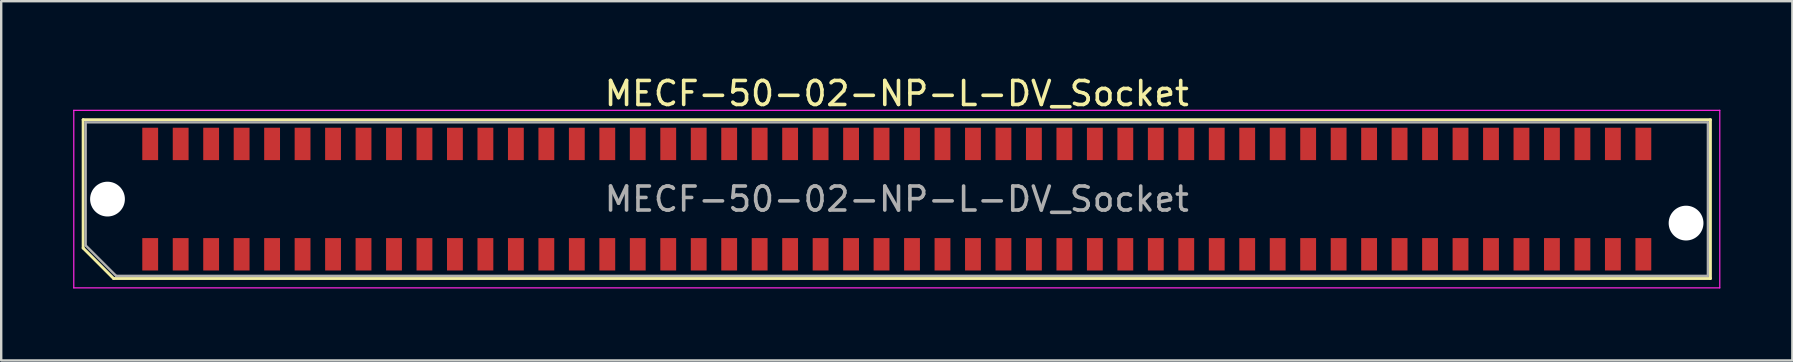
<source format=kicad_pcb>
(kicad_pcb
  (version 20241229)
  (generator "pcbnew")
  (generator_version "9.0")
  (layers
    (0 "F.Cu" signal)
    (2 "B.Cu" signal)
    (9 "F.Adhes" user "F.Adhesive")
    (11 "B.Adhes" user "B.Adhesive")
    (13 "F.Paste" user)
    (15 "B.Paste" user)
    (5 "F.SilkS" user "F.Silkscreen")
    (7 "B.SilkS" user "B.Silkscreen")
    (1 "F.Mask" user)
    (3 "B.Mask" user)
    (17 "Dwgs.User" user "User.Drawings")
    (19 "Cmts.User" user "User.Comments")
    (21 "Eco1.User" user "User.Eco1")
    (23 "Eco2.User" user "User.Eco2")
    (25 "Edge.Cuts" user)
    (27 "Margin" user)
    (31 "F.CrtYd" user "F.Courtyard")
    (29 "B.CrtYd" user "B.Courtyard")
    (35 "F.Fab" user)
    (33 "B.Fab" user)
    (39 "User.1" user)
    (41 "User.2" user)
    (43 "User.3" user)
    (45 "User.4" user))
  (footprint "MECF-50-02-NP-L-DV_Socket"
    (layer "F.Cu")
    (at 34.325 5.248)
    (property "Reference" "MECF-50-02-NP-L-DV_Socket" (at 0 -4.4 0) (layer "F.SilkS") (effects (font (size 1 1) (thickness 0.15))))
    (attr smd)
    (fp_line (start -33.91 -3.31) (end 33.91 -3.31) (stroke (width 0.12) (type solid)) (layer "F.SilkS"))
    (fp_line (start -33.91 2.04) (end -33.91 -3.31) (stroke (width 0.12) (type solid)) (layer "F.SilkS"))
    (fp_line (start -32.64 3.31) (end -33.91 2.04) (stroke (width 0.12) (type solid)) (layer "F.SilkS"))
    (fp_line (start -32.64 3.31) (end 33.91 3.31) (stroke (width 0.12) (type solid)) (layer "F.SilkS"))
    (fp_line (start 33.91 3.31) (end 33.91 -3.31) (stroke (width 0.12) (type solid)) (layer "F.SilkS"))
    (fp_line (start -34.3 -3.7) (end -34.3 3.7) (stroke (width 0.05) (type solid)) (layer "F.CrtYd"))
    (fp_line (start -34.3 3.7) (end 34.3 3.7) (stroke (width 0.05) (type solid)) (layer "F.CrtYd"))
    (fp_line (start 34.3 -3.7) (end -34.3 -3.7) (stroke (width 0.05) (type solid)) (layer "F.CrtYd"))
    (fp_line (start 34.3 3.7) (end 34.3 -3.7) (stroke (width 0.05) (type solid)) (layer "F.CrtYd"))
    (fp_line (start -33.805 -3.2) (end 33.805 -3.2) (stroke (width 0.1) (type solid)) (layer "F.Fab"))
    (fp_line (start -33.805 1.93) (end -33.805 -3.2) (stroke (width 0.1) (type solid)) (layer "F.Fab"))
    (fp_line (start -33.805 1.93) (end -32.535 3.2) (stroke (width 0.1) (type solid)) (layer "F.Fab"))
    (fp_line (start -32.535 3.2) (end 33.805 3.2) (stroke (width 0.1) (type solid)) (layer "F.Fab"))
    (fp_line (start 33.805 3.2) (end 33.805 -3.2) (stroke (width 0.1) (type solid)) (layer "F.Fab"))
    (fp_text user "${REFERENCE}" (at 0 0 0) (layer "F.Fab") (effects (font (size 1 1) (thickness 0.15))))
    (pad "" np_thru_hole circle (at -32.895 0) (size 1.45 1.45) (drill 1.45) (layers "*.Cu" "*.Mask"))
    (pad "" np_thru_hole circle (at 32.895 1) (size 1.45 1.45) (drill 1.45) (layers "*.Cu" "*.Mask"))
    (pad "1" smd rect (at -31.115 2.3) (size 0.66 1.35) (layers "F.Cu" "F.Mask" "F.Paste"))
    (pad "2" smd rect (at -31.115 -2.3) (size 0.66 1.35) (layers "F.Cu" "F.Mask" "F.Paste"))
    (pad "3" smd rect (at -29.845 2.3) (size 0.66 1.35) (layers "F.Cu" "F.Mask" "F.Paste"))
    (pad "4" smd rect (at -29.845 -2.3) (size 0.66 1.35) (layers "F.Cu" "F.Mask" "F.Paste"))
    (pad "5" smd rect (at -28.575 2.3) (size 0.66 1.35) (layers "F.Cu" "F.Mask" "F.Paste"))
    (pad "6" smd rect (at -28.575 -2.3) (size 0.66 1.35) (layers "F.Cu" "F.Mask" "F.Paste"))
    (pad "7" smd rect (at -27.305 2.3) (size 0.66 1.35) (layers "F.Cu" "F.Mask" "F.Paste"))
    (pad "8" smd rect (at -27.305 -2.3) (size 0.66 1.35) (layers "F.Cu" "F.Mask" "F.Paste"))
    (pad "9" smd rect (at -26.035 2.3) (size 0.66 1.35) (layers "F.Cu" "F.Mask" "F.Paste"))
    (pad "10" smd rect (at -26.035 -2.3) (size 0.66 1.35) (layers "F.Cu" "F.Mask" "F.Paste"))
    (pad "11" smd rect (at -24.765 2.3) (size 0.66 1.35) (layers "F.Cu" "F.Mask" "F.Paste"))
    (pad "12" smd rect (at -24.765 -2.3) (size 0.66 1.35) (layers "F.Cu" "F.Mask" "F.Paste"))
    (pad "13" smd rect (at -23.495 2.3) (size 0.66 1.35) (layers "F.Cu" "F.Mask" "F.Paste"))
    (pad "14" smd rect (at -23.495 -2.3) (size 0.66 1.35) (layers "F.Cu" "F.Mask" "F.Paste"))
    (pad "15" smd rect (at -22.225 2.3) (size 0.66 1.35) (layers "F.Cu" "F.Mask" "F.Paste"))
    (pad "16" smd rect (at -22.225 -2.3) (size 0.66 1.35) (layers "F.Cu" "F.Mask" "F.Paste"))
    (pad "17" smd rect (at -20.955 2.3) (size 0.66 1.35) (layers "F.Cu" "F.Mask" "F.Paste"))
    (pad "18" smd rect (at -20.955 -2.3) (size 0.66 1.35) (layers "F.Cu" "F.Mask" "F.Paste"))
    (pad "19" smd rect (at -19.685 2.3) (size 0.66 1.35) (layers "F.Cu" "F.Mask" "F.Paste"))
    (pad "20" smd rect (at -19.685 -2.3) (size 0.66 1.35) (layers "F.Cu" "F.Mask" "F.Paste"))
    (pad "21" smd rect (at -18.415 2.3) (size 0.66 1.35) (layers "F.Cu" "F.Mask" "F.Paste"))
    (pad "22" smd rect (at -18.415 -2.3) (size 0.66 1.35) (layers "F.Cu" "F.Mask" "F.Paste"))
    (pad "23" smd rect (at -17.145 2.3) (size 0.66 1.35) (layers "F.Cu" "F.Mask" "F.Paste"))
    (pad "24" smd rect (at -17.145 -2.3) (size 0.66 1.35) (layers "F.Cu" "F.Mask" "F.Paste"))
    (pad "25" smd rect (at -15.875 2.3) (size 0.66 1.35) (layers "F.Cu" "F.Mask" "F.Paste"))
    (pad "26" smd rect (at -15.875 -2.3) (size 0.66 1.35) (layers "F.Cu" "F.Mask" "F.Paste"))
    (pad "27" smd rect (at -14.605 2.3) (size 0.66 1.35) (layers "F.Cu" "F.Mask" "F.Paste"))
    (pad "28" smd rect (at -14.605 -2.3) (size 0.66 1.35) (layers "F.Cu" "F.Mask" "F.Paste"))
    (pad "29" smd rect (at -13.335 2.3) (size 0.66 1.35) (layers "F.Cu" "F.Mask" "F.Paste"))
    (pad "30" smd rect (at -13.335 -2.3) (size 0.66 1.35) (layers "F.Cu" "F.Mask" "F.Paste"))
    (pad "31" smd rect (at -12.065 2.3) (size 0.66 1.35) (layers "F.Cu" "F.Mask" "F.Paste"))
    (pad "32" smd rect (at -12.065 -2.3) (size 0.66 1.35) (layers "F.Cu" "F.Mask" "F.Paste"))
    (pad "33" smd rect (at -10.795 2.3) (size 0.66 1.35) (layers "F.Cu" "F.Mask" "F.Paste"))
    (pad "34" smd rect (at -10.795 -2.3) (size 0.66 1.35) (layers "F.Cu" "F.Mask" "F.Paste"))
    (pad "35" smd rect (at -9.525 2.3) (size 0.66 1.35) (layers "F.Cu" "F.Mask" "F.Paste"))
    (pad "36" smd rect (at -9.525 -2.3) (size 0.66 1.35) (layers "F.Cu" "F.Mask" "F.Paste"))
    (pad "37" smd rect (at -8.255 2.3) (size 0.66 1.35) (layers "F.Cu" "F.Mask" "F.Paste"))
    (pad "38" smd rect (at -8.255 -2.3) (size 0.66 1.35) (layers "F.Cu" "F.Mask" "F.Paste"))
    (pad "39" smd rect (at -6.985 2.3) (size 0.66 1.35) (layers "F.Cu" "F.Mask" "F.Paste"))
    (pad "40" smd rect (at -6.985 -2.3) (size 0.66 1.35) (layers "F.Cu" "F.Mask" "F.Paste"))
    (pad "41" smd rect (at -5.715 2.3) (size 0.66 1.35) (layers "F.Cu" "F.Mask" "F.Paste"))
    (pad "42" smd rect (at -5.715 -2.3) (size 0.66 1.35) (layers "F.Cu" "F.Mask" "F.Paste"))
    (pad "43" smd rect (at -4.445 2.3) (size 0.66 1.35) (layers "F.Cu" "F.Mask" "F.Paste"))
    (pad "44" smd rect (at -4.445 -2.3) (size 0.66 1.35) (layers "F.Cu" "F.Mask" "F.Paste"))
    (pad "45" smd rect (at -3.175 2.3) (size 0.66 1.35) (layers "F.Cu" "F.Mask" "F.Paste"))
    (pad "46" smd rect (at -3.175 -2.3) (size 0.66 1.35) (layers "F.Cu" "F.Mask" "F.Paste"))
    (pad "47" smd rect (at -1.905 2.3) (size 0.66 1.35) (layers "F.Cu" "F.Mask" "F.Paste"))
    (pad "48" smd rect (at -1.905 -2.3) (size 0.66 1.35) (layers "F.Cu" "F.Mask" "F.Paste"))
    (pad "49" smd rect (at -0.635 2.3) (size 0.66 1.35) (layers "F.Cu" "F.Mask" "F.Paste"))
    (pad "50" smd rect (at -0.635 -2.3) (size 0.66 1.35) (layers "F.Cu" "F.Mask" "F.Paste"))
    (pad "51" smd rect (at 0.635 2.3) (size 0.66 1.35) (layers "F.Cu" "F.Mask" "F.Paste"))
    (pad "52" smd rect (at 0.635 -2.3) (size 0.66 1.35) (layers "F.Cu" "F.Mask" "F.Paste"))
    (pad "53" smd rect (at 1.905 2.3) (size 0.66 1.35) (layers "F.Cu" "F.Mask" "F.Paste"))
    (pad "54" smd rect (at 1.905 -2.3) (size 0.66 1.35) (layers "F.Cu" "F.Mask" "F.Paste"))
    (pad "55" smd rect (at 3.175 2.3) (size 0.66 1.35) (layers "F.Cu" "F.Mask" "F.Paste"))
    (pad "56" smd rect (at 3.175 -2.3) (size 0.66 1.35) (layers "F.Cu" "F.Mask" "F.Paste"))
    (pad "57" smd rect (at 4.445 2.3) (size 0.66 1.35) (layers "F.Cu" "F.Mask" "F.Paste"))
    (pad "58" smd rect (at 4.445 -2.3) (size 0.66 1.35) (layers "F.Cu" "F.Mask" "F.Paste"))
    (pad "59" smd rect (at 5.715 2.3) (size 0.66 1.35) (layers "F.Cu" "F.Mask" "F.Paste"))
    (pad "60" smd rect (at 5.715 -2.3) (size 0.66 1.35) (layers "F.Cu" "F.Mask" "F.Paste"))
    (pad "61" smd rect (at 6.985 2.3) (size 0.66 1.35) (layers "F.Cu" "F.Mask" "F.Paste"))
    (pad "62" smd rect (at 6.985 -2.3) (size 0.66 1.35) (layers "F.Cu" "F.Mask" "F.Paste"))
    (pad "63" smd rect (at 8.255 2.3) (size 0.66 1.35) (layers "F.Cu" "F.Mask" "F.Paste"))
    (pad "64" smd rect (at 8.255 -2.3) (size 0.66 1.35) (layers "F.Cu" "F.Mask" "F.Paste"))
    (pad "65" smd rect (at 9.525 2.3) (size 0.66 1.35) (layers "F.Cu" "F.Mask" "F.Paste"))
    (pad "66" smd rect (at 9.525 -2.3) (size 0.66 1.35) (layers "F.Cu" "F.Mask" "F.Paste"))
    (pad "67" smd rect (at 10.795 2.3) (size 0.66 1.35) (layers "F.Cu" "F.Mask" "F.Paste"))
    (pad "68" smd rect (at 10.795 -2.3) (size 0.66 1.35) (layers "F.Cu" "F.Mask" "F.Paste"))
    (pad "69" smd rect (at 12.065 2.3) (size 0.66 1.35) (layers "F.Cu" "F.Mask" "F.Paste"))
    (pad "70" smd rect (at 12.065 -2.3) (size 0.66 1.35) (layers "F.Cu" "F.Mask" "F.Paste"))
    (pad "71" smd rect (at 13.335 2.3) (size 0.66 1.35) (layers "F.Cu" "F.Mask" "F.Paste"))
    (pad "72" smd rect (at 13.335 -2.3) (size 0.66 1.35) (layers "F.Cu" "F.Mask" "F.Paste"))
    (pad "73" smd rect (at 14.605 2.3) (size 0.66 1.35) (layers "F.Cu" "F.Mask" "F.Paste"))
    (pad "74" smd rect (at 14.605 -2.3) (size 0.66 1.35) (layers "F.Cu" "F.Mask" "F.Paste"))
    (pad "75" smd rect (at 15.875 2.3) (size 0.66 1.35) (layers "F.Cu" "F.Mask" "F.Paste"))
    (pad "76" smd rect (at 15.875 -2.3) (size 0.66 1.35) (layers "F.Cu" "F.Mask" "F.Paste"))
    (pad "77" smd rect (at 17.145 2.3) (size 0.66 1.35) (layers "F.Cu" "F.Mask" "F.Paste"))
    (pad "78" smd rect (at 17.145 -2.3) (size 0.66 1.35) (layers "F.Cu" "F.Mask" "F.Paste"))
    (pad "79" smd rect (at 18.415 2.3) (size 0.66 1.35) (layers "F.Cu" "F.Mask" "F.Paste"))
    (pad "80" smd rect (at 18.415 -2.3) (size 0.66 1.35) (layers "F.Cu" "F.Mask" "F.Paste"))
    (pad "81" smd rect (at 19.685 2.3) (size 0.66 1.35) (layers "F.Cu" "F.Mask" "F.Paste"))
    (pad "82" smd rect (at 19.685 -2.3) (size 0.66 1.35) (layers "F.Cu" "F.Mask" "F.Paste"))
    (pad "83" smd rect (at 20.955 2.3) (size 0.66 1.35) (layers "F.Cu" "F.Mask" "F.Paste"))
    (pad "84" smd rect (at 20.955 -2.3) (size 0.66 1.35) (layers "F.Cu" "F.Mask" "F.Paste"))
    (pad "85" smd rect (at 22.225 2.3) (size 0.66 1.35) (layers "F.Cu" "F.Mask" "F.Paste"))
    (pad "86" smd rect (at 22.225 -2.3) (size 0.66 1.35) (layers "F.Cu" "F.Mask" "F.Paste"))
    (pad "87" smd rect (at 23.495 2.3) (size 0.66 1.35) (layers "F.Cu" "F.Mask" "F.Paste"))
    (pad "88" smd rect (at 23.495 -2.3) (size 0.66 1.35) (layers "F.Cu" "F.Mask" "F.Paste"))
    (pad "89" smd rect (at 24.765 2.3) (size 0.66 1.35) (layers "F.Cu" "F.Mask" "F.Paste"))
    (pad "90" smd rect (at 24.765 -2.3) (size 0.66 1.35) (layers "F.Cu" "F.Mask" "F.Paste"))
    (pad "91" smd rect (at 26.035 2.3) (size 0.66 1.35) (layers "F.Cu" "F.Mask" "F.Paste"))
    (pad "92" smd rect (at 26.035 -2.3) (size 0.66 1.35) (layers "F.Cu" "F.Mask" "F.Paste"))
    (pad "93" smd rect (at 27.305 2.3) (size 0.66 1.35) (layers "F.Cu" "F.Mask" "F.Paste"))
    (pad "94" smd rect (at 27.305 -2.3) (size 0.66 1.35) (layers "F.Cu" "F.Mask" "F.Paste"))
    (pad "95" smd rect (at 28.575 2.3) (size 0.66 1.35) (layers "F.Cu" "F.Mask" "F.Paste"))
    (pad "96" smd rect (at 28.575 -2.3) (size 0.66 1.35) (layers "F.Cu" "F.Mask" "F.Paste"))
    (pad "97" smd rect (at 29.845 2.3) (size 0.66 1.35) (layers "F.Cu" "F.Mask" "F.Paste"))
    (pad "98" smd rect (at 29.845 -2.3) (size 0.66 1.35) (layers "F.Cu" "F.Mask" "F.Paste"))
    (pad "99" smd rect (at 31.115 2.3) (size 0.66 1.35) (layers "F.Cu" "F.Mask" "F.Paste"))
    (pad "100" smd rect (at 31.115 -2.3) (size 0.66 1.35) (layers "F.Cu" "F.Mask" "F.Paste")))
  (gr_rect
    (start -3 -3)
    (end 71.65 11.973)
    (stroke (width 0.1) (type default))
    (fill no)
    (layer "Edge.Cuts")))
</source>
